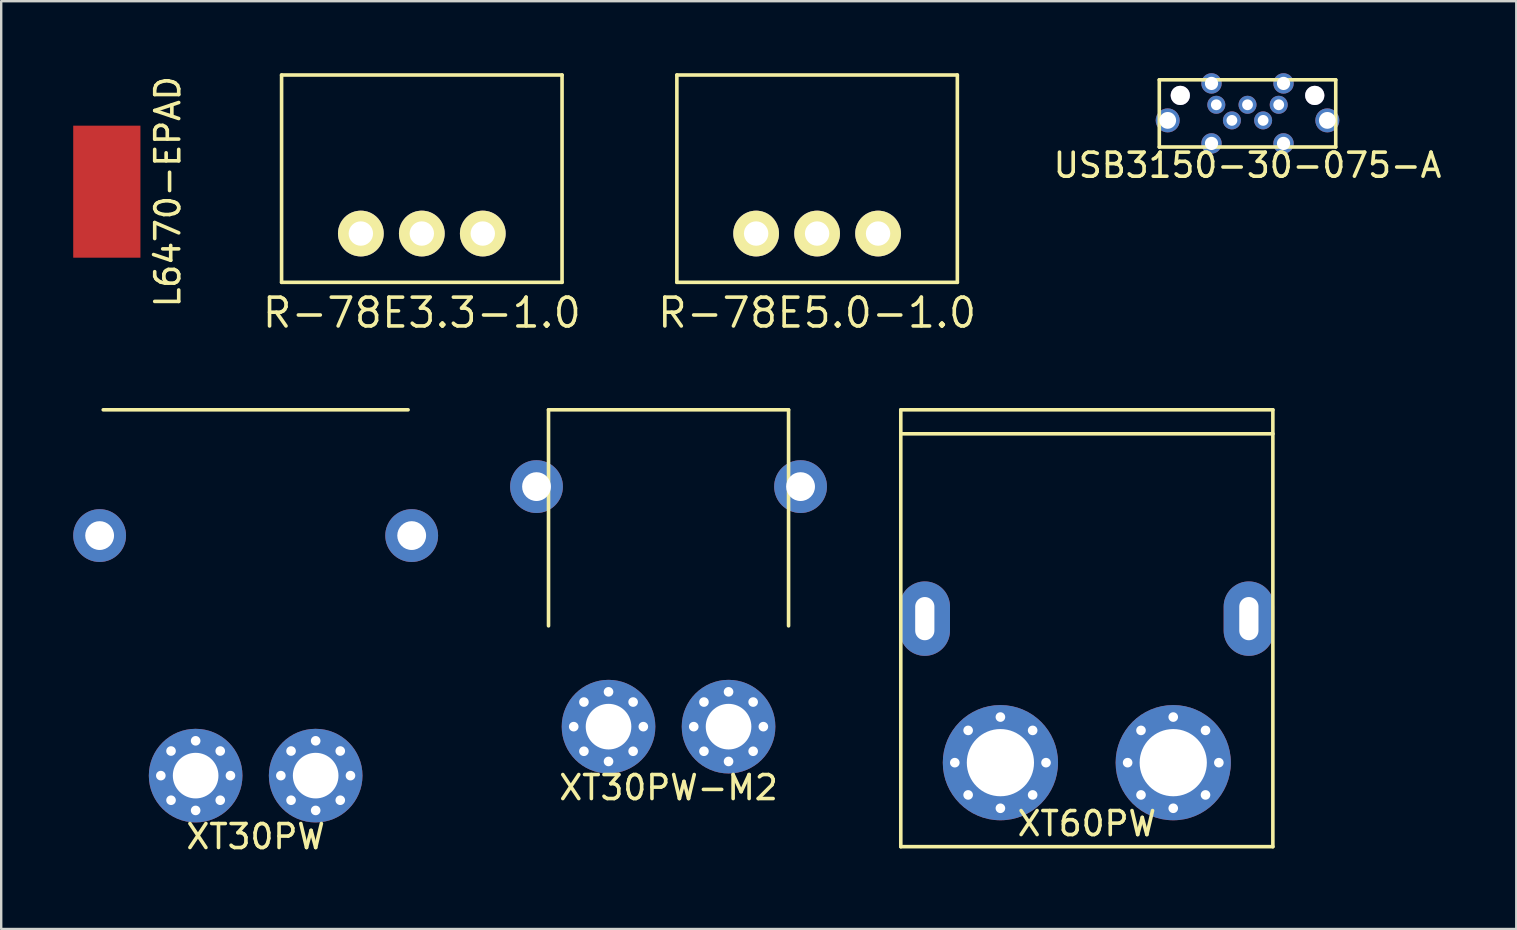
<source format=kicad_pcb>
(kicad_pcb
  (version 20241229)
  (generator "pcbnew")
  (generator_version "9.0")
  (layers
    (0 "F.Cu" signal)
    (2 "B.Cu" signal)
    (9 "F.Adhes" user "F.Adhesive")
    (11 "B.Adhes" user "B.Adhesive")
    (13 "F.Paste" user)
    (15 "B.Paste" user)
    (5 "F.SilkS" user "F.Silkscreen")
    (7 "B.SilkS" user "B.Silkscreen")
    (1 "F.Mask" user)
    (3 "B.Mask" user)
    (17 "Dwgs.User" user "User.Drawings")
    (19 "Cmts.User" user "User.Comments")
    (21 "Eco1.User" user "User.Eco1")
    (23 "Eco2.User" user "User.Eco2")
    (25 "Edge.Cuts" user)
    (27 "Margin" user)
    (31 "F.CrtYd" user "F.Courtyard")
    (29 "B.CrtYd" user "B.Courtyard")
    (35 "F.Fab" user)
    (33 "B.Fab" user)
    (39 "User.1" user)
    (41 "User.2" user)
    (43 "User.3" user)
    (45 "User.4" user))
  (footprint "R-78E5.0-1.0"
    (layer "F.Cu")
    (at 30.989 8.711)
    (property "Reference" "R-78E5.0-1.0" (at 0 1.27 0) (layer "F.SilkS") (effects (font (size 1.2 1.2) (thickness 0.15))))
    (attr through_hole)
    (fp_line (start -5.842 -8.636) (end 5.842 -8.636) (stroke (width 0.15) (type solid)) (layer "F.SilkS"))
    (fp_line (start -5.842 0) (end -5.842 -8.636) (stroke (width 0.15) (type solid)) (layer "F.SilkS"))
    (fp_line (start 5.842 -8.636) (end 5.842 0) (stroke (width 0.15) (type solid)) (layer "F.SilkS"))
    (fp_line (start 5.842 0) (end -5.842 0) (stroke (width 0.15) (type solid)) (layer "F.SilkS"))
    (pad "GND" thru_hole circle (at 0 -2.032) (size 1.905 1.905) (drill 1.016) (layers "*.Cu" "*.Mask" "F.SilkS"))
    (pad "VI" thru_hole circle (at -2.54 -2.032) (size 1.905 1.905) (drill 1.016) (layers "*.Cu" "*.Mask" "F.SilkS"))
    (pad "VO" thru_hole circle (at 2.54 -2.032) (size 1.905 1.905) (drill 1.016) (layers "*.Cu" "*.Mask" "F.SilkS")))
  (footprint "XT60PW"
    (layer "F.Cu")
    (at 42.225 28.721)
    (property "Reference" "XT60PW" (at 0 2.54 0) (layer "F.SilkS") (effects (font (size 1 1) (thickness 0.15))))
    (attr through_hole)
    (fp_line (start -7.75 -14.7) (end -7.75 3.5) (stroke (width 0.15) (type solid)) (layer "F.SilkS"))
    (fp_line (start -7.75 -14.7) (end 7.75 -14.7) (stroke (width 0.15) (type solid)) (layer "F.SilkS"))
    (fp_line (start -7.75 3.5) (end 7.75 3.5) (stroke (width 0.15) (type solid)) (layer "F.SilkS"))
    (fp_line (start 7.75 -14.7) (end 7.75 3.5) (stroke (width 0.15) (type solid)) (layer "F.SilkS"))
    (fp_line (start 7.75 -13.7) (end -7.75 -13.7) (stroke (width 0.15) (type solid)) (layer "F.SilkS"))
    (pad "" thru_hole oval (at -6.75 -6) (size 2.1 3.1) (drill oval 0.8 1.8) (layers "*.Cu" "*.Mask"))
    (pad "" thru_hole oval (at 6.75 -6) (size 2.1 3.1) (drill oval 0.8 1.8) (layers "*.Cu" "*.Mask"))
    (pad "1" thru_hole circle (at 1.7 0) (size 0.6 0.6) (drill 0.4) (layers "*.Cu" "*.Mask"))
    (pad "1" thru_hole circle (at 2.257 -1.344) (size 0.6 0.6) (drill 0.4) (layers "*.Cu" "*.Mask"))
    (pad "1" thru_hole circle (at 2.257 1.344) (size 0.6 0.6) (drill 0.4) (layers "*.Cu" "*.Mask"))
    (pad "1" thru_hole circle (at 3.6 -1.9) (size 0.6 0.6) (drill 0.4) (layers "*.Cu" "*.Mask"))
    (pad "1" thru_hole circle (at 3.6 0) (size 4.8 4.8) (drill 2.8) (layers "*.Cu" "*.Mask"))
    (pad "1" thru_hole circle (at 3.6 1.9) (size 0.6 0.6) (drill 0.4) (layers "*.Cu" "*.Mask"))
    (pad "1" thru_hole circle (at 4.944 -1.344) (size 0.6 0.6) (drill 0.4) (layers "*.Cu" "*.Mask"))
    (pad "1" thru_hole circle (at 4.944 1.344) (size 0.6 0.6) (drill 0.4) (layers "*.Cu" "*.Mask"))
    (pad "1" thru_hole circle (at 5.5 0) (size 0.6 0.6) (drill 0.4) (layers "*.Cu" "*.Mask"))
    (pad "2" thru_hole circle (at -5.5 0) (size 0.6 0.6) (drill 0.4) (layers "*.Cu" "*.Mask"))
    (pad "2" thru_hole circle (at -4.944 -1.344) (size 0.6 0.6) (drill 0.4) (layers "*.Cu" "*.Mask"))
    (pad "2" thru_hole circle (at -4.944 1.344) (size 0.6 0.6) (drill 0.4) (layers "*.Cu" "*.Mask"))
    (pad "2" thru_hole circle (at -3.6 -1.9) (size 0.6 0.6) (drill 0.4) (layers "*.Cu" "*.Mask"))
    (pad "2" thru_hole circle (at -3.6 0) (size 4.8 4.8) (drill 2.8) (layers "*.Cu" "*.Mask"))
    (pad "2" thru_hole circle (at -3.6 1.9) (size 0.6 0.6) (drill 0.4) (layers "*.Cu" "*.Mask"))
    (pad "2" thru_hole circle (at -2.257 -1.344) (size 0.6 0.6) (drill 0.4) (layers "*.Cu" "*.Mask"))
    (pad "2" thru_hole circle (at -2.257 1.344) (size 0.6 0.6) (drill 0.4) (layers "*.Cu" "*.Mask"))
    (pad "2" thru_hole circle (at -1.7 0) (size 0.6 0.6) (drill 0.4) (layers "*.Cu" "*.Mask")))
  (footprint "R-78E3.3-1.0"
    (layer "F.Cu")
    (at 14.522 8.711)
    (property "Reference" "R-78E3.3-1.0" (at 0 1.27 0) (layer "F.SilkS") (effects (font (size 1.2 1.2) (thickness 0.15))))
    (attr through_hole)
    (fp_line (start -5.842 -8.636) (end 5.842 -8.636) (stroke (width 0.15) (type solid)) (layer "F.SilkS"))
    (fp_line (start -5.842 0) (end -5.842 -8.636) (stroke (width 0.15) (type solid)) (layer "F.SilkS"))
    (fp_line (start 5.842 -8.636) (end 5.842 0) (stroke (width 0.15) (type solid)) (layer "F.SilkS"))
    (fp_line (start 5.842 0) (end -5.842 0) (stroke (width 0.15) (type solid)) (layer "F.SilkS"))
    (pad "GND" thru_hole circle (at 0 -2.032) (size 1.905 1.905) (drill 1.016) (layers "*.Cu" "*.Mask" "F.SilkS"))
    (pad "VI" thru_hole circle (at -2.54 -2.032) (size 1.905 1.905) (drill 1.016) (layers "*.Cu" "*.Mask" "F.SilkS"))
    (pad "VO" thru_hole circle (at 2.54 -2.032) (size 1.905 1.905) (drill 1.016) (layers "*.Cu" "*.Mask" "F.SilkS")))
  (footprint "XT30PW-M2"
    (layer "F.Cu")
    (at 24.8 27.221)
    (property "Reference" "XT30PW-M2" (at 0 2.54 0) (layer "F.SilkS") (effects (font (size 1 1) (thickness 0.15))))
    (attr through_hole)
    (fp_line (start -5 -13.2) (end -5 -4.2) (stroke (width 0.15) (type solid)) (layer "F.SilkS"))
    (fp_line (start -5 -13.2) (end 5 -13.2) (stroke (width 0.15) (type solid)) (layer "F.SilkS"))
    (fp_line (start 5 -13.2) (end 5 -4.2) (stroke (width 0.15) (type solid)) (layer "F.SilkS"))
    (pad "" thru_hole circle (at -5.5 -10) (size 2.2 2.2) (drill 1.2) (layers "*.Cu" "*.Mask"))
    (pad "" thru_hole circle (at 5.5 -10) (size 2.2 2.2) (drill 1.2) (layers "*.Cu" "*.Mask"))
    (pad "1" thru_hole circle (at 1.05 0) (size 0.6 0.6) (drill 0.4) (layers "*.Cu" "*.Mask"))
    (pad "1" thru_hole circle (at 1.475 -1.025) (size 0.6 0.6) (drill 0.4) (layers "*.Cu" "*.Mask"))
    (pad "1" thru_hole circle (at 1.475 1.025) (size 0.6 0.6) (drill 0.4) (layers "*.Cu" "*.Mask"))
    (pad "1" thru_hole circle (at 2.5 -1.45) (size 0.6 0.6) (drill 0.4) (layers "*.Cu" "*.Mask"))
    (pad "1" thru_hole circle (at 2.5 0) (size 3.9 3.9) (drill 1.9) (layers "*.Cu" "*.Mask"))
    (pad "1" thru_hole circle (at 2.5 1.45) (size 0.6 0.6) (drill 0.4) (layers "*.Cu" "*.Mask"))
    (pad "1" thru_hole circle (at 3.525 -1.025) (size 0.6 0.6) (drill 0.4) (layers "*.Cu" "*.Mask"))
    (pad "1" thru_hole circle (at 3.525 1.025) (size 0.6 0.6) (drill 0.4) (layers "*.Cu" "*.Mask"))
    (pad "1" thru_hole circle (at 3.95 0) (size 0.6 0.6) (drill 0.4) (layers "*.Cu" "*.Mask"))
    (pad "2" thru_hole circle (at -3.95 0) (size 0.6 0.6) (drill 0.4) (layers "*.Cu" "*.Mask"))
    (pad "2" thru_hole circle (at -3.525 -1.025) (size 0.6 0.6) (drill 0.4) (layers "*.Cu" "*.Mask"))
    (pad "2" thru_hole circle (at -3.525 1.025) (size 0.6 0.6) (drill 0.4) (layers "*.Cu" "*.Mask"))
    (pad "2" thru_hole circle (at -2.5 -1.45) (size 0.6 0.6) (drill 0.4) (layers "*.Cu" "*.Mask"))
    (pad "2" thru_hole circle (at -2.5 0) (size 3.9 3.9) (drill 1.9) (layers "*.Cu" "*.Mask"))
    (pad "2" thru_hole circle (at -2.5 1.45) (size 0.6 0.6) (drill 0.4) (layers "*.Cu" "*.Mask"))
    (pad "2" thru_hole circle (at -1.475 -1.025) (size 0.6 0.6) (drill 0.4) (layers "*.Cu" "*.Mask"))
    (pad "2" thru_hole circle (at -1.475 1.025) (size 0.6 0.6) (drill 0.4) (layers "*.Cu" "*.Mask"))
    (pad "2" thru_hole circle (at -1.05 0) (size 0.6 0.6) (drill 0.4) (layers "*.Cu" "*.Mask")))
  (footprint "USB3150-30-075-A"
    (layer "F.Cu")
    (at 48.919 1.675)
    (property "Reference" "USB3150-30-075-A" (at 0 2.159 0) (layer "F.SilkS") (effects (font (size 1 1) (thickness 0.15))))
    (attr through_hole)
    (fp_line (start -3.675 -1.4) (end -3.675 1.4) (stroke (width 0.15) (type solid)) (layer "F.SilkS"))
    (fp_line (start -3.675 -1.4) (end 3.675 -1.4) (stroke (width 0.15) (type solid)) (layer "F.SilkS"))
    (fp_line (start -3.675 1.4) (end 3.675 1.4) (stroke (width 0.15) (type solid)) (layer "F.SilkS"))
    (fp_line (start 3.675 1.4) (end 3.675 -1.4) (stroke (width 0.15) (type solid)) (layer "F.SilkS"))
    (pad "" thru_hole circle (at -2.8 -0.75) (size 0.8 0.8) (drill 0.8) (layers "*.Cu" "*.Mask"))
    (pad "" thru_hole circle (at 2.8 -0.75) (size 0.8 0.8) (drill 0.8) (layers "*.Cu" "*.Mask"))
    (pad "1" thru_hole circle (at -1.3 -0.36) (size 0.75 0.75) (drill 0.45) (layers "*.Cu" "*.Mask"))
    (pad "2" thru_hole circle (at -0.65 0.29) (size 0.75 0.75) (drill 0.45) (layers "*.Cu" "*.Mask"))
    (pad "3" thru_hole circle (at 0 -0.36) (size 0.75 0.75) (drill 0.45) (layers "*.Cu" "*.Mask"))
    (pad "4" thru_hole circle (at 0.65 0.29) (size 0.75 0.75) (drill 0.45) (layers "*.Cu" "*.Mask"))
    (pad "5" thru_hole circle (at -3.325 0.29) (size 1 1) (drill 0.7) (layers "*.Cu" "*.Mask"))
    (pad "5" thru_hole circle (at -1.5 -1.25) (size 0.85 0.85) (drill 0.55) (layers "*.Cu" "*.Mask"))
    (pad "5" thru_hole circle (at -1.5 1.25) (size 0.85 0.85) (drill 0.55) (layers "*.Cu" "*.Mask"))
    (pad "5" thru_hole circle (at 1.3 -0.36) (size 0.75 0.75) (drill 0.45) (layers "*.Cu" "*.Mask"))
    (pad "5" thru_hole circle (at 1.5 -1.25) (size 0.85 0.85) (drill 0.55) (layers "*.Cu" "*.Mask"))
    (pad "5" thru_hole circle (at 1.5 1.25) (size 0.85 0.85) (drill 0.55) (layers "*.Cu" "*.Mask"))
    (pad "5" thru_hole circle (at 3.325 0.29) (size 1 1) (drill 0.7) (layers "*.Cu" "*.Mask")))
  (footprint "XT30PW"
    (layer "F.Cu")
    (at 7.6 29.261)
    (property "Reference" "XT30PW" (at 0 2.54 0) (layer "F.SilkS") (effects (font (size 1 1) (thickness 0.15))))
    (attr through_hole)
    (fp_line (start -6.35 -15.24) (end 6.35 -15.24) (stroke (width 0.15) (type solid)) (layer "F.SilkS"))
    (pad "" thru_hole circle (at -6.5 -10) (size 2.2 2.2) (drill 1.2) (layers "*.Cu" "*.Mask"))
    (pad "" thru_hole circle (at -3.95 0) (size 0.6 0.6) (drill 0.4) (layers "*.Cu" "*.Mask"))
    (pad "" thru_hole circle (at -3.525 -1.025) (size 0.6 0.6) (drill 0.4) (layers "*.Cu" "*.Mask"))
    (pad "" thru_hole circle (at -3.525 1.025) (size 0.6 0.6) (drill 0.4) (layers "*.Cu" "*.Mask"))
    (pad "" thru_hole circle (at -2.5 -1.45) (size 0.6 0.6) (drill 0.4) (layers "*.Cu" "*.Mask"))
    (pad "" thru_hole circle (at -2.5 1.45) (size 0.6 0.6) (drill 0.4) (layers "*.Cu" "*.Mask"))
    (pad "" thru_hole circle (at -1.475 -1.025) (size 0.6 0.6) (drill 0.4) (layers "*.Cu" "*.Mask"))
    (pad "" thru_hole circle (at -1.475 1.025) (size 0.6 0.6) (drill 0.4) (layers "*.Cu" "*.Mask"))
    (pad "" thru_hole circle (at -1.05 0) (size 0.6 0.6) (drill 0.4) (layers "*.Cu" "*.Mask"))
    (pad "" thru_hole circle (at 1.05 0) (size 0.6 0.6) (drill 0.4) (layers "*.Cu" "*.Mask"))
    (pad "" thru_hole circle (at 1.475 -1.025) (size 0.6 0.6) (drill 0.4) (layers "*.Cu" "*.Mask"))
    (pad "" thru_hole circle (at 1.475 1.025) (size 0.6 0.6) (drill 0.4) (layers "*.Cu" "*.Mask"))
    (pad "" thru_hole circle (at 2.5 -1.45) (size 0.6 0.6) (drill 0.4) (layers "*.Cu" "*.Mask"))
    (pad "" thru_hole circle (at 2.5 1.45) (size 0.6 0.6) (drill 0.4) (layers "*.Cu" "*.Mask"))
    (pad "" thru_hole circle (at 3.525 -1.025) (size 0.6 0.6) (drill 0.4) (layers "*.Cu" "*.Mask"))
    (pad "" thru_hole circle (at 3.525 1.025) (size 0.6 0.6) (drill 0.4) (layers "*.Cu" "*.Mask"))
    (pad "" thru_hole circle (at 3.95 0) (size 0.6 0.6) (drill 0.4) (layers "*.Cu" "*.Mask"))
    (pad "" thru_hole circle (at 6.5 -10) (size 2.2 2.2) (drill 1.2) (layers "*.Cu" "*.Mask"))
    (pad "1" thru_hole circle (at 2.5 0) (size 3.9 3.9) (drill 1.9) (layers "*.Cu" "*.Mask"))
    (pad "2" thru_hole circle (at -2.5 0) (size 3.9 3.9) (drill 1.9) (layers "*.Cu" "*.Mask")))
  (footprint "L6470-EPAD"
    (layer "F.Cu")
    (at 1.4 4.935)
    (property "Reference" "L6470-EPAD" (at 2.54 0 90) (layer "F.SilkS") (effects (font (size 1 1) (thickness 0.15))))
    (attr through_hole)
    (pad "1" smd rect (at 0 0) (size 2.8 5.5) (layers "F.Cu" "F.Mask" "F.Paste")))
  (gr_rect
    (start -3 -3)
    (end 60.115 35.65)
    (stroke (width 0.1) (type default))
    (fill no)
    (layer "Edge.Cuts")))
</source>
